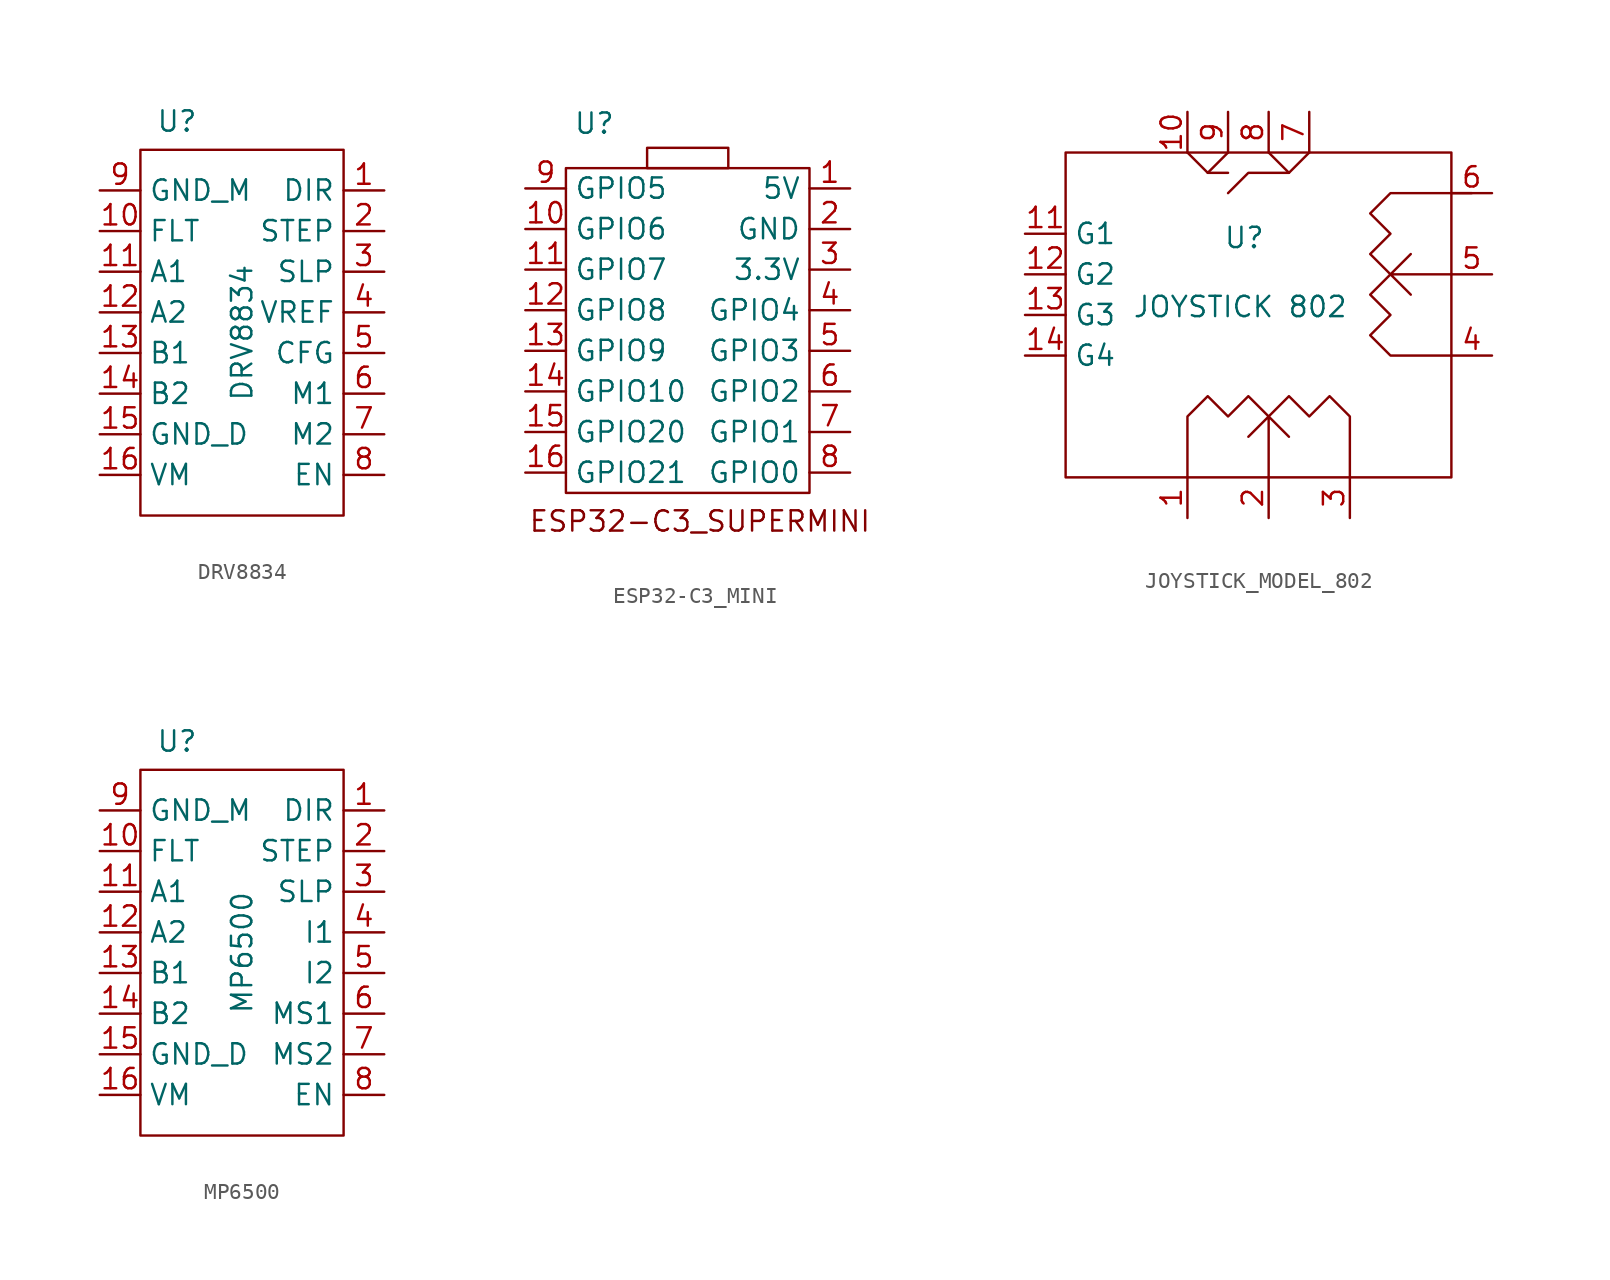
<source format=kicad_sym>
(kicad_symbol_lib
  (version 20231120)
  (generator "kicad_symbol_editor")
  (generator_version "8.0")
  (symbol "DRV8834"
    (property "Reference" "U"
      (at -4.064 13.208 0)
      (effects (font (size 1.27 1.27))))
    (property "Value" "DRV8834"
      (at 0 0 90)
      (effects (font (size 1.27 1.27))))
    (symbol "DRV8834_0_1"
      (rectangle (start -6.35 11.43) (end 6.35 -11.43) (stroke (width 0) (type default)) (fill (type none))))
    (symbol "DRV8834_1_1"
      (pin input line (at 8.89 8.89 180) (length 2.54) (name "DIR" (effects (font (size 1.27 1.27)))) (number "1" (effects (font (size 1.27 1.27)))))
      (pin output line (at -8.89 6.35 0) (length 2.54) (name "FLT" (effects (font (size 1.27 1.27)))) (number "10" (effects (font (size 1.27 1.27)))))
      (pin output line (at -8.89 3.81 0) (length 2.54) (name "A1" (effects (font (size 1.27 1.27)))) (number "11" (effects (font (size 1.27 1.27)))))
      (pin output line (at -8.89 1.27 0) (length 2.54) (name "A2" (effects (font (size 1.27 1.27)))) (number "12" (effects (font (size 1.27 1.27)))))
      (pin output line (at -8.89 -1.27 0) (length 2.54) (name "B1" (effects (font (size 1.27 1.27)))) (number "13" (effects (font (size 1.27 1.27)))))
      (pin output line (at -8.89 -3.81 0) (length 2.54) (name "B2" (effects (font (size 1.27 1.27)))) (number "14" (effects (font (size 1.27 1.27)))))
      (pin power_in line (at -8.89 -6.35 0) (length 2.54) (name "GND_D" (effects (font (size 1.27 1.27)))) (number "15" (effects (font (size 1.27 1.27)))))
      (pin power_in line (at -8.89 -8.89 0) (length 2.54) (name "VM" (effects (font (size 1.27 1.27)))) (number "16" (effects (font (size 1.27 1.27)))))
      (pin input line (at 8.89 6.35 180) (length 2.54) (name "STEP" (effects (font (size 1.27 1.27)))) (number "2" (effects (font (size 1.27 1.27)))))
      (pin input line (at 8.89 3.81 180) (length 2.54) (name "SLP" (effects (font (size 1.27 1.27)))) (number "3" (effects (font (size 1.27 1.27)))))
      (pin input line (at 8.89 1.27 180) (length 2.54) (name "VREF" (effects (font (size 1.27 1.27)))) (number "4" (effects (font (size 1.27 1.27)))))
      (pin input line (at 8.89 -1.27 180) (length 2.54) (name "CFG" (effects (font (size 1.27 1.27)))) (number "5" (effects (font (size 1.27 1.27)))))
      (pin input line (at 8.89 -3.81 180) (length 2.54) (name "M1" (effects (font (size 1.27 1.27)))) (number "6" (effects (font (size 1.27 1.27)))))
      (pin input line (at 8.89 -6.35 180) (length 2.54) (name "M2" (effects (font (size 1.27 1.27)))) (number "7" (effects (font (size 1.27 1.27)))))
      (pin input line (at 8.89 -8.89 180) (length 2.54) (name "EN" (effects (font (size 1.27 1.27)))) (number "8" (effects (font (size 1.27 1.27)))))
      (pin power_in line (at -8.89 8.89 0) (length 2.54) (name "GND_M" (effects (font (size 1.27 1.27)))) (number "9" (effects (font (size 1.27 1.27)))))))
  (symbol "ESP32-C3_MINI"
    (property "Reference" "U"
      (at -5.842 12.954 0)
      (effects (font (size 1.27 1.27))))
    (property "Value" ""
      (at -5.842 12.954 0)
      (effects (font (size 1.27 1.27))))
    (symbol "ESP32-C3_MINI_0_1"
      (rectangle (start -7.62 10.16) (end 7.62 -10.16) (stroke (width 0) (type default)) (fill (type none)))
      (rectangle (start -2.54 10.16) (end 2.54 11.43) (stroke (width 0) (type default)) (fill (type none))))
    (symbol "ESP32-C3_MINI_1_1"
      (text "ESP32-C3_SUPERMINI" (at 0.762 -11.938 0) (effects (font (size 1.27 1.27))))
      (pin power_in line (at 10.16 8.89 180) (length 2.54) (name "5V" (effects (font (size 1.27 1.27)))) (number "1" (effects (font (size 1.27 1.27)))))
      (pin bidirectional line (at -10.16 6.35 0) (length 2.54) (name "GPIO6" (effects (font (size 1.27 1.27)))) (number "10" (effects (font (size 1.27 1.27)))))
      (pin bidirectional line (at -10.16 3.81 0) (length 2.54) (name "GPIO7" (effects (font (size 1.27 1.27)))) (number "11" (effects (font (size 1.27 1.27)))))
      (pin bidirectional line (at -10.16 1.27 0) (length 2.54) (name "GPIO8" (effects (font (size 1.27 1.27)))) (number "12" (effects (font (size 1.27 1.27)))))
      (pin bidirectional line (at -10.16 -1.27 0) (length 2.54) (name "GPIO9" (effects (font (size 1.27 1.27)))) (number "13" (effects (font (size 1.27 1.27)))))
      (pin bidirectional line (at -10.16 -3.81 0) (length 2.54) (name "GPIO10" (effects (font (size 1.27 1.27)))) (number "14" (effects (font (size 1.27 1.27)))))
      (pin bidirectional line (at -10.16 -6.35 0) (length 2.54) (name "GPIO20" (effects (font (size 1.27 1.27)))) (number "15" (effects (font (size 1.27 1.27)))))
      (pin bidirectional line (at -10.16 -8.89 0) (length 2.54) (name "GPIO21" (effects (font (size 1.27 1.27)))) (number "16" (effects (font (size 1.27 1.27)))))
      (pin power_in line (at 10.16 6.35 180) (length 2.54) (name "GND" (effects (font (size 1.27 1.27)))) (number "2" (effects (font (size 1.27 1.27)))))
      (pin power_out line (at 10.16 3.81 180) (length 2.54) (name "3.3V" (effects (font (size 1.27 1.27)))) (number "3" (effects (font (size 1.27 1.27)))))
      (pin bidirectional line (at 10.16 1.27 180) (length 2.54) (name "GPIO4" (effects (font (size 1.27 1.27)))) (number "4" (effects (font (size 1.27 1.27)))))
      (pin bidirectional line (at 10.16 -1.27 180) (length 2.54) (name "GPIO3" (effects (font (size 1.27 1.27)))) (number "5" (effects (font (size 1.27 1.27)))))
      (pin bidirectional line (at 10.16 -3.81 180) (length 2.54) (name "GPIO2" (effects (font (size 1.27 1.27)))) (number "6" (effects (font (size 1.27 1.27)))))
      (pin bidirectional line (at 10.16 -6.35 180) (length 2.54) (name "GPIO1" (effects (font (size 1.27 1.27)))) (number "7" (effects (font (size 1.27 1.27)))))
      (pin bidirectional line (at 10.16 -8.89 180) (length 2.54) (name "GPIO0" (effects (font (size 1.27 1.27)))) (number "8" (effects (font (size 1.27 1.27)))))
      (pin bidirectional line (at -10.16 8.89 0) (length 2.54) (name "GPIO5" (effects (font (size 1.27 1.27)))) (number "9" (effects (font (size 1.27 1.27)))))))
  (symbol "JOYSTICK_MODEL_802"
    (property "Reference" "U"
      (at -1.524 14.986 0)
      (effects (font (size 1.27 1.27))))
    (property "Value" "JOYSTICK 802"
      (at -1.778 10.668 0)
      (effects (font (size 1.27 1.27))))
    (symbol "JOYSTICK_MODEL_802_0_1"
      (rectangle (start -12.7 20.32) (end 11.43 0) (stroke (width 0) (type default)) (fill (type none)))
      (polyline (pts (xy -3.81 19.05) (xy -2.54 19.05)) (stroke (width 0) (type default)) (fill (type none)))
      (polyline (pts (xy -2.54 20.32) (xy -3.81 19.05) (xy -5.08 20.32)) (stroke (width 0) (type default)) (fill (type none)))
      (polyline (pts (xy 1.27 19.05) (xy -1.27 19.05) (xy -2.54 17.78)) (stroke (width 0) (type default)) (fill (type none)))
      (polyline (pts (xy 2.54 20.32) (xy 1.27 19.05) (xy 0 20.32)) (stroke (width 0) (type default)) (fill (type none)))
      (polyline (pts (xy 0 0) (xy 0 3.81) (xy -1.27 2.54) (xy 0 3.81) (xy 1.27 2.54)) (stroke (width 0) (type default)) (fill (type none)))
      (polyline (pts (xy 11.43 12.7) (xy 7.62 12.7) (xy 8.89 11.43) (xy 7.62 12.7) (xy 8.89 13.97)) (stroke (width 0) (type default)) (fill (type none)))
      (polyline (pts (xy -5.08 0) (xy -5.08 3.81) (xy -3.81 5.08) (xy -2.54 3.81) (xy -1.27 5.08) (xy 0 3.81) (xy 1.27 5.08) (xy 2.54 3.81) (xy 3.81 5.08) (xy 5.08 3.81) (xy 5.08 0)) (stroke (width 0) (type default)) (fill (type none)))
      (polyline (pts (xy 11.43 7.62) (xy 7.62 7.62) (xy 6.35 8.89) (xy 7.62 10.16) (xy 6.35 11.43) (xy 7.62 12.7) (xy 6.35 13.97) (xy 7.62 15.24) (xy 6.35 16.51) (xy 7.62 17.78) (xy 12.7 17.78)) (stroke (width 0) (type default)) (fill (type none))))
    (symbol "JOYSTICK_MODEL_802_1_1"
      (pin bidirectional line (at -5.08 -2.54 90) (length 2.54) (name "" (effects (font (size 1.27 1.27)))) (number "1" (effects (font (size 1.27 1.27)))))
      (pin bidirectional line (at -5.08 22.86 270) (length 2.54) (name "" (effects (font (size 1.27 1.27)))) (number "10" (effects (font (size 1.27 1.27)))))
      (pin bidirectional line (at -15.24 15.24 0) (length 2.54) (name "G1" (effects (font (size 1.27 1.27)))) (number "11" (effects (font (size 1.27 1.27)))))
      (pin bidirectional line (at -15.24 12.7 0) (length 2.54) (name "G2" (effects (font (size 1.27 1.27)))) (number "12" (effects (font (size 1.27 1.27)))))
      (pin bidirectional line (at -15.24 10.16 0) (length 2.54) (name "G3" (effects (font (size 1.27 1.27)))) (number "13" (effects (font (size 1.27 1.27)))))
      (pin bidirectional line (at -15.24 7.62 0) (length 2.54) (name "G4" (effects (font (size 1.27 1.27)))) (number "14" (effects (font (size 1.27 1.27)))))
      (pin bidirectional line (at 0 -2.54 90) (length 2.54) (name "" (effects (font (size 1.27 1.27)))) (number "2" (effects (font (size 1.27 1.27)))))
      (pin bidirectional line (at 5.08 -2.54 90) (length 2.54) (name "" (effects (font (size 1.27 1.27)))) (number "3" (effects (font (size 1.27 1.27)))))
      (pin bidirectional line (at 13.97 7.62 180) (length 2.54) (name "" (effects (font (size 1.27 1.27)))) (number "4" (effects (font (size 1.27 1.27)))))
      (pin bidirectional line (at 13.97 12.7 180) (length 2.54) (name "" (effects (font (size 1.27 1.27)))) (number "5" (effects (font (size 1.27 1.27)))))
      (pin bidirectional line (at 13.97 17.78 180) (length 2.54) (name "" (effects (font (size 1.27 1.27)))) (number "6" (effects (font (size 1.27 1.27)))))
      (pin bidirectional line (at 2.54 22.86 270) (length 2.54) (name "" (effects (font (size 1.27 1.27)))) (number "7" (effects (font (size 1.27 1.27)))))
      (pin bidirectional line (at 0 22.86 270) (length 2.54) (name "" (effects (font (size 1.27 1.27)))) (number "8" (effects (font (size 1.27 1.27)))))
      (pin bidirectional line (at -2.54 22.86 270) (length 2.54) (name "" (effects (font (size 1.27 1.27)))) (number "9" (effects (font (size 1.27 1.27)))))))
  (symbol "MP6500"
    (property "Reference" "U"
      (at -4.064 13.208 0)
      (effects (font (size 1.27 1.27))))
    (property "Value" "MP6500"
      (at 0 0 90)
      (effects (font (size 1.27 1.27))))
    (symbol "MP6500_0_1"
      (rectangle (start -6.35 11.43) (end 6.35 -11.43) (stroke (width 0) (type default)) (fill (type none))))
    (symbol "MP6500_1_1"
      (pin input line (at 8.89 8.89 180) (length 2.54) (name "DIR" (effects (font (size 1.27 1.27)))) (number "1" (effects (font (size 1.27 1.27)))))
      (pin output line (at -8.89 6.35 0) (length 2.54) (name "FLT" (effects (font (size 1.27 1.27)))) (number "10" (effects (font (size 1.27 1.27)))))
      (pin output line (at -8.89 3.81 0) (length 2.54) (name "A1" (effects (font (size 1.27 1.27)))) (number "11" (effects (font (size 1.27 1.27)))))
      (pin output line (at -8.89 1.27 0) (length 2.54) (name "A2" (effects (font (size 1.27 1.27)))) (number "12" (effects (font (size 1.27 1.27)))))
      (pin output line (at -8.89 -1.27 0) (length 2.54) (name "B1" (effects (font (size 1.27 1.27)))) (number "13" (effects (font (size 1.27 1.27)))))
      (pin output line (at -8.89 -3.81 0) (length 2.54) (name "B2" (effects (font (size 1.27 1.27)))) (number "14" (effects (font (size 1.27 1.27)))))
      (pin power_in line (at -8.89 -6.35 0) (length 2.54) (name "GND_D" (effects (font (size 1.27 1.27)))) (number "15" (effects (font (size 1.27 1.27)))))
      (pin power_in line (at -8.89 -8.89 0) (length 2.54) (name "VM" (effects (font (size 1.27 1.27)))) (number "16" (effects (font (size 1.27 1.27)))))
      (pin input line (at 8.89 6.35 180) (length 2.54) (name "STEP" (effects (font (size 1.27 1.27)))) (number "2" (effects (font (size 1.27 1.27)))))
      (pin input line (at 8.89 3.81 180) (length 2.54) (name "SLP" (effects (font (size 1.27 1.27)))) (number "3" (effects (font (size 1.27 1.27)))))
      (pin input line (at 8.89 1.27 180) (length 2.54) (name "I1" (effects (font (size 1.27 1.27)))) (number "4" (effects (font (size 1.27 1.27)))))
      (pin input line (at 8.89 -1.27 180) (length 2.54) (name "I2" (effects (font (size 1.27 1.27)))) (number "5" (effects (font (size 1.27 1.27)))))
      (pin input line (at 8.89 -3.81 180) (length 2.54) (name "MS1" (effects (font (size 1.27 1.27)))) (number "6" (effects (font (size 1.27 1.27)))))
      (pin input line (at 8.89 -6.35 180) (length 2.54) (name "MS2" (effects (font (size 1.27 1.27)))) (number "7" (effects (font (size 1.27 1.27)))))
      (pin input line (at 8.89 -8.89 180) (length 2.54) (name "EN" (effects (font (size 1.27 1.27)))) (number "8" (effects (font (size 1.27 1.27)))))
      (pin power_in line (at -8.89 8.89 0) (length 2.54) (name "GND_M" (effects (font (size 1.27 1.27)))) (number "9" (effects (font (size 1.27 1.27))))))))
</source>
